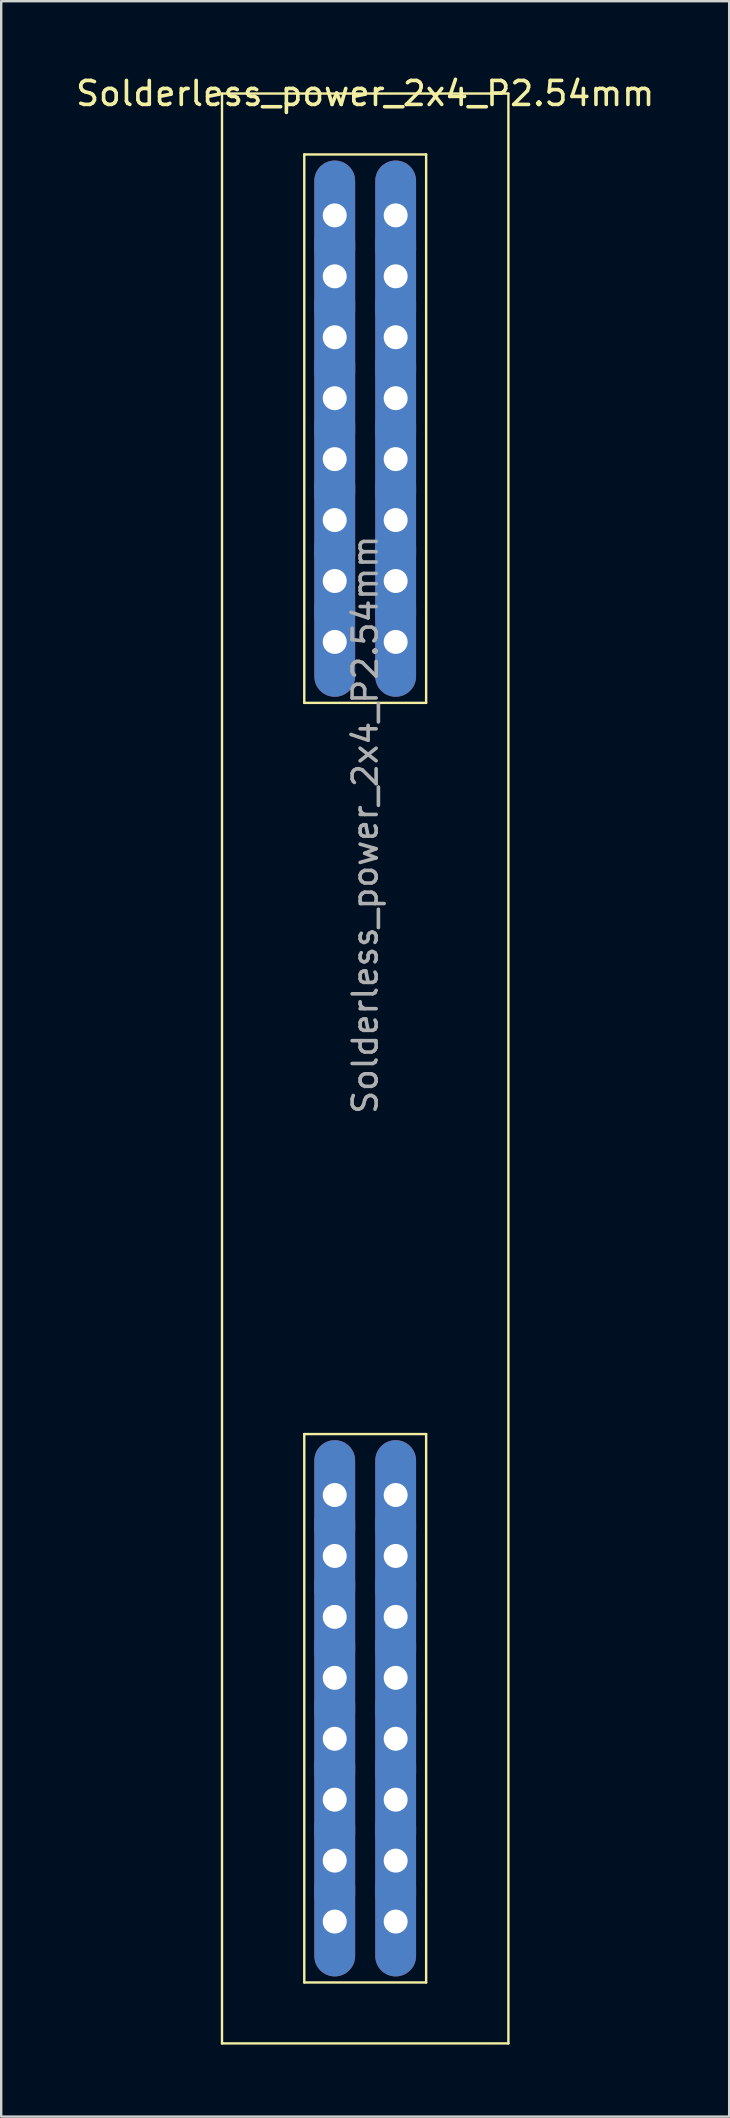
<source format=kicad_pcb>
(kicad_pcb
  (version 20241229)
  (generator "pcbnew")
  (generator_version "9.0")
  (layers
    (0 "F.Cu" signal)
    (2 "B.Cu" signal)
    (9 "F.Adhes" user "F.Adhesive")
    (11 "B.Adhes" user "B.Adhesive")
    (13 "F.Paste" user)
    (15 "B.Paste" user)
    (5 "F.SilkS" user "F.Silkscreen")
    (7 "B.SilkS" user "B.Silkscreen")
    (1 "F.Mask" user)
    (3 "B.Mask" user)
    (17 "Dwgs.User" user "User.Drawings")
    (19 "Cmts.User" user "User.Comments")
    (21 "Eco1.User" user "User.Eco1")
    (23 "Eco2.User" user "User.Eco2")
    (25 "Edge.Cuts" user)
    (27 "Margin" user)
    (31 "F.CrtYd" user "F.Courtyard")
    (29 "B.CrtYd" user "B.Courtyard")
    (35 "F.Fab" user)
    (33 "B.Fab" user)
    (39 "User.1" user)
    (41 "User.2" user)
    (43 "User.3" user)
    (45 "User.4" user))
  (footprint "Solderless_power_2x4_P2.54mm"
    (layer "F.Cu")
    (at 9.633 5.928)
    (property "Reference" "Solderless_power_2x4_P2.54mm" (at 2.54 -5.08 0) (layer "F.SilkS") (effects (font (size 1 1) (thickness 0.15))))
    (attr through_hole)
    (fp_line (start -3.429 -5.08) (end -3.429 76.2) (stroke (width 0.1) (type default)) (layer "F.SilkS"))
    (fp_line (start -3.429 76.2) (end 8.509 76.2) (stroke (width 0.1) (type default)) (layer "F.SilkS"))
    (fp_line (start 0 -2.54) (end 0 20.32) (stroke (width 0.1) (type default)) (layer "F.SilkS"))
    (fp_line (start 0 -2.54) (end 5.08 -2.54) (stroke (width 0.1) (type default)) (layer "F.SilkS"))
    (fp_line (start 0 20.32) (end 5.08 20.32) (stroke (width 0.1) (type default)) (layer "F.SilkS"))
    (fp_line (start 0 50.8) (end 0 73.66) (stroke (width 0.1) (type default)) (layer "F.SilkS"))
    (fp_line (start 0 50.8) (end 5.08 50.8) (stroke (width 0.1) (type default)) (layer "F.SilkS"))
    (fp_line (start 0 73.66) (end 5.08 73.66) (stroke (width 0.1) (type default)) (layer "F.SilkS"))
    (fp_line (start 5.08 -2.54) (end 5.08 20.32) (stroke (width 0.1) (type default)) (layer "F.SilkS"))
    (fp_line (start 5.08 50.8) (end 5.08 73.66) (stroke (width 0.1) (type default)) (layer "F.SilkS"))
    (fp_line (start 8.509 -5.08) (end -3.429 -5.08) (stroke (width 0.1) (type default)) (layer "F.SilkS"))
    (fp_line (start 8.509 76.2) (end 8.509 -5.08) (stroke (width 0.1) (type default)) (layer "F.SilkS"))
    (fp_text user "${REFERENCE}" (at 2.54 25.4 90) (layer "F.Fab") (effects (font (size 1 1) (thickness 0.15))))
    (pad "1" thru_hole oval (at 1.27 0) (size 1.7 4.572) (drill 1) (layers "*.Cu" "*.Mask"))
    (pad "1" thru_hole oval (at 1.27 2.54) (size 1.7 4.572) (drill 1) (layers "*.Cu" "*.Mask"))
    (pad "1" thru_hole oval (at 1.27 5.08) (size 1.7 4.572) (drill 1) (layers "*.Cu" "*.Mask"))
    (pad "1" thru_hole oval (at 1.27 7.62) (size 1.7 4.572) (drill 1) (layers "*.Cu" "*.Mask"))
    (pad "1" thru_hole oval (at 1.27 10.16) (size 1.7 4.572) (drill 1) (layers "*.Cu" "*.Mask"))
    (pad "1" thru_hole oval (at 1.27 12.7) (size 1.7 4.572) (drill 1) (layers "*.Cu" "*.Mask"))
    (pad "1" thru_hole oval (at 1.27 15.24) (size 1.7 4.572) (drill 1) (layers "*.Cu" "*.Mask"))
    (pad "1" thru_hole oval (at 1.27 17.78) (size 1.7 4.572) (drill 1) (layers "*.Cu" "*.Mask"))
    (pad "1" thru_hole oval (at 1.27 53.34) (size 1.7 4.572) (drill 1) (layers "*.Cu" "*.Mask"))
    (pad "1" thru_hole oval (at 1.27 55.88) (size 1.7 4.572) (drill 1) (layers "*.Cu" "*.Mask"))
    (pad "1" thru_hole oval (at 1.27 58.42) (size 1.7 4.572) (drill 1) (layers "*.Cu" "*.Mask"))
    (pad "1" thru_hole oval (at 1.27 60.96) (size 1.7 4.572) (drill 1) (layers "*.Cu" "*.Mask"))
    (pad "1" thru_hole oval (at 1.27 63.5) (size 1.7 4.572) (drill 1) (layers "*.Cu" "*.Mask"))
    (pad "1" thru_hole oval (at 1.27 66.04) (size 1.7 4.572) (drill 1) (layers "*.Cu" "*.Mask"))
    (pad "1" thru_hole oval (at 1.27 68.58) (size 1.7 4.572) (drill 1) (layers "*.Cu" "*.Mask"))
    (pad "1" thru_hole oval (at 1.27 71.12) (size 1.7 4.572) (drill 1) (layers "*.Cu" "*.Mask"))
    (pad "2" thru_hole oval (at 3.81 0) (size 1.7 4.572) (drill 1) (layers "*.Cu" "*.Mask"))
    (pad "2" thru_hole oval (at 3.81 2.54) (size 1.7 4.572) (drill 1) (layers "*.Cu" "*.Mask"))
    (pad "2" thru_hole oval (at 3.81 5.08) (size 1.7 4.572) (drill 1) (layers "*.Cu" "*.Mask"))
    (pad "2" thru_hole oval (at 3.81 7.62) (size 1.7 4.572) (drill 1) (layers "*.Cu" "*.Mask"))
    (pad "2" thru_hole oval (at 3.81 10.16) (size 1.7 4.572) (drill 1) (layers "*.Cu" "*.Mask"))
    (pad "2" thru_hole oval (at 3.81 12.7) (size 1.7 4.572) (drill 1) (layers "*.Cu" "*.Mask"))
    (pad "2" thru_hole oval (at 3.81 15.24) (size 1.7 4.572) (drill 1) (layers "*.Cu" "*.Mask"))
    (pad "2" thru_hole oval (at 3.81 17.78) (size 1.7 4.572) (drill 1) (layers "*.Cu" "*.Mask"))
    (pad "2" thru_hole oval (at 3.81 53.34) (size 1.7 4.572) (drill 1) (layers "*.Cu" "*.Mask"))
    (pad "2" thru_hole oval (at 3.81 55.88) (size 1.7 4.572) (drill 1) (layers "*.Cu" "*.Mask"))
    (pad "2" thru_hole oval (at 3.81 58.42) (size 1.7 4.572) (drill 1) (layers "*.Cu" "*.Mask"))
    (pad "2" thru_hole oval (at 3.81 60.96) (size 1.7 4.572) (drill 1) (layers "*.Cu" "*.Mask"))
    (pad "2" thru_hole oval (at 3.81 63.5) (size 1.7 4.572) (drill 1) (layers "*.Cu" "*.Mask"))
    (pad "2" thru_hole oval (at 3.81 66.04) (size 1.7 4.572) (drill 1) (layers "*.Cu" "*.Mask"))
    (pad "2" thru_hole oval (at 3.81 68.58) (size 1.7 4.572) (drill 1) (layers "*.Cu" "*.Mask"))
    (pad "2" thru_hole oval (at 3.81 71.12) (size 1.7 4.572) (drill 1) (layers "*.Cu" "*.Mask")))
  (gr_rect
    (start -3 -3)
    (end 27.345 85.178)
    (stroke (width 0.1) (type default))
    (fill no)
    (layer "Edge.Cuts")))
</source>
